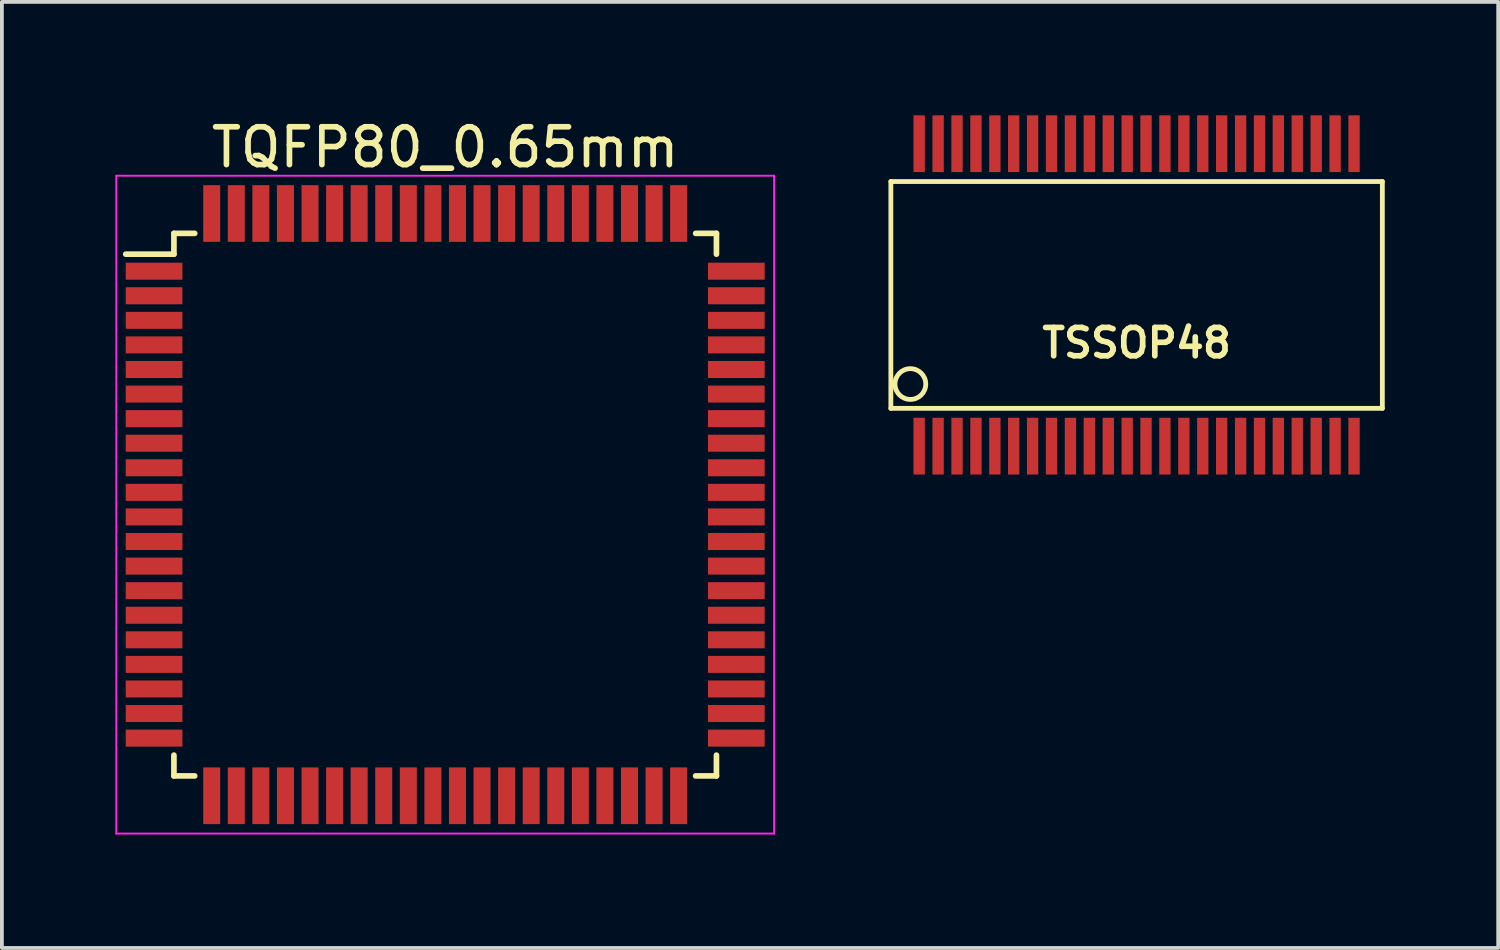
<source format=kicad_pcb>
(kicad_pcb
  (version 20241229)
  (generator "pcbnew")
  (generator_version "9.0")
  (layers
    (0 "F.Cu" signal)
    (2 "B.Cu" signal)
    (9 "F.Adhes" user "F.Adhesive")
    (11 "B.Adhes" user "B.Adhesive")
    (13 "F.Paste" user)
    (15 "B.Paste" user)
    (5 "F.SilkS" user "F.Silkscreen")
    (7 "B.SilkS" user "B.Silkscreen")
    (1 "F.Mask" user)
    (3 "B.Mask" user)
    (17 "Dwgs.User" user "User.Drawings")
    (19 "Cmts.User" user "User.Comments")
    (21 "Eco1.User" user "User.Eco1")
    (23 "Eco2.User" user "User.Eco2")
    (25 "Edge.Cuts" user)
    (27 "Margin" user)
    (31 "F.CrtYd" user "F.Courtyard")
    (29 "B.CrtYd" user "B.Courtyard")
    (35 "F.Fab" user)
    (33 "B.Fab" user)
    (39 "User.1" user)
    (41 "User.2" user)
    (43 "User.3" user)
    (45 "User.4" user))
  (footprint "TQFP80_0.65mm"
    (layer "F.Cu")
    (at 8.725 10.298)
    (property "Reference" "TQFP80_0.65mm" (at 0 -9.45 0) (layer "F.SilkS") (effects (font (size 1 1) (thickness 0.15))))
    (attr smd)
    (fp_line (start -7.175 -7.175) (end -7.175 -6.625) (stroke (width 0.15) (type solid)) (layer "F.SilkS"))
    (fp_line (start -7.175 -7.175) (end -6.625 -7.175) (stroke (width 0.15) (type solid)) (layer "F.SilkS"))
    (fp_line (start -7.175 -6.625) (end -8.45 -6.625) (stroke (width 0.15) (type solid)) (layer "F.SilkS"))
    (fp_line (start -7.175 7.175) (end -7.175 6.625) (stroke (width 0.15) (type solid)) (layer "F.SilkS"))
    (fp_line (start -7.175 7.175) (end -6.625 7.175) (stroke (width 0.15) (type solid)) (layer "F.SilkS"))
    (fp_line (start 7.175 -7.175) (end 6.625 -7.175) (stroke (width 0.15) (type solid)) (layer "F.SilkS"))
    (fp_line (start 7.175 -7.175) (end 7.175 -6.625) (stroke (width 0.15) (type solid)) (layer "F.SilkS"))
    (fp_line (start 7.175 7.175) (end 6.625 7.175) (stroke (width 0.15) (type solid)) (layer "F.SilkS"))
    (fp_line (start 7.175 7.175) (end 7.175 6.625) (stroke (width 0.15) (type solid)) (layer "F.SilkS"))
    (fp_line (start -8.7 -8.7) (end -8.7 8.7) (stroke (width 0.05) (type solid)) (layer "F.CrtYd"))
    (fp_line (start -8.7 -8.7) (end 8.7 -8.7) (stroke (width 0.05) (type solid)) (layer "F.CrtYd"))
    (fp_line (start -8.7 8.7) (end 8.7 8.7) (stroke (width 0.05) (type solid)) (layer "F.CrtYd"))
    (fp_line (start 8.7 -8.7) (end 8.7 8.7) (stroke (width 0.05) (type solid)) (layer "F.CrtYd"))
    (pad "1" smd rect (at -7.7 -6.175) (size 1.5 0.45) (layers "F.Cu" "F.Mask" "F.Paste"))
    (pad "2" smd rect (at -7.7 -5.525) (size 1.5 0.45) (layers "F.Cu" "F.Mask" "F.Paste"))
    (pad "3" smd rect (at -7.7 -4.875) (size 1.5 0.45) (layers "F.Cu" "F.Mask" "F.Paste"))
    (pad "4" smd rect (at -7.7 -4.225) (size 1.5 0.45) (layers "F.Cu" "F.Mask" "F.Paste"))
    (pad "5" smd rect (at -7.7 -3.575) (size 1.5 0.45) (layers "F.Cu" "F.Mask" "F.Paste"))
    (pad "6" smd rect (at -7.7 -2.925) (size 1.5 0.45) (layers "F.Cu" "F.Mask" "F.Paste"))
    (pad "7" smd rect (at -7.7 -2.275) (size 1.5 0.45) (layers "F.Cu" "F.Mask" "F.Paste"))
    (pad "8" smd rect (at -7.7 -1.625) (size 1.5 0.45) (layers "F.Cu" "F.Mask" "F.Paste"))
    (pad "9" smd rect (at -7.7 -0.975) (size 1.5 0.45) (layers "F.Cu" "F.Mask" "F.Paste"))
    (pad "10" smd rect (at -7.7 -0.325) (size 1.5 0.45) (layers "F.Cu" "F.Mask" "F.Paste"))
    (pad "11" smd rect (at -7.7 0.325) (size 1.5 0.45) (layers "F.Cu" "F.Mask" "F.Paste"))
    (pad "12" smd rect (at -7.7 0.975) (size 1.5 0.45) (layers "F.Cu" "F.Mask" "F.Paste"))
    (pad "13" smd rect (at -7.7 1.625) (size 1.5 0.45) (layers "F.Cu" "F.Mask" "F.Paste"))
    (pad "14" smd rect (at -7.7 2.275) (size 1.5 0.45) (layers "F.Cu" "F.Mask" "F.Paste"))
    (pad "15" smd rect (at -7.7 2.925) (size 1.5 0.45) (layers "F.Cu" "F.Mask" "F.Paste"))
    (pad "16" smd rect (at -7.7 3.575) (size 1.5 0.45) (layers "F.Cu" "F.Mask" "F.Paste"))
    (pad "17" smd rect (at -7.7 4.225) (size 1.5 0.45) (layers "F.Cu" "F.Mask" "F.Paste"))
    (pad "18" smd rect (at -7.7 4.875) (size 1.5 0.45) (layers "F.Cu" "F.Mask" "F.Paste"))
    (pad "19" smd rect (at -7.7 5.525) (size 1.5 0.45) (layers "F.Cu" "F.Mask" "F.Paste"))
    (pad "20" smd rect (at -7.7 6.175) (size 1.5 0.45) (layers "F.Cu" "F.Mask" "F.Paste"))
    (pad "21" smd rect (at -6.175 7.7 90) (size 1.5 0.45) (layers "F.Cu" "F.Mask" "F.Paste"))
    (pad "22" smd rect (at -5.525 7.7 90) (size 1.5 0.45) (layers "F.Cu" "F.Mask" "F.Paste"))
    (pad "23" smd rect (at -4.875 7.7 90) (size 1.5 0.45) (layers "F.Cu" "F.Mask" "F.Paste"))
    (pad "24" smd rect (at -4.225 7.7 90) (size 1.5 0.45) (layers "F.Cu" "F.Mask" "F.Paste"))
    (pad "25" smd rect (at -3.575 7.7 90) (size 1.5 0.45) (layers "F.Cu" "F.Mask" "F.Paste"))
    (pad "26" smd rect (at -2.925 7.7 90) (size 1.5 0.45) (layers "F.Cu" "F.Mask" "F.Paste"))
    (pad "27" smd rect (at -2.275 7.7 90) (size 1.5 0.45) (layers "F.Cu" "F.Mask" "F.Paste"))
    (pad "28" smd rect (at -1.625 7.7 90) (size 1.5 0.45) (layers "F.Cu" "F.Mask" "F.Paste"))
    (pad "29" smd rect (at -0.975 7.7 90) (size 1.5 0.45) (layers "F.Cu" "F.Mask" "F.Paste"))
    (pad "30" smd rect (at -0.325 7.7 90) (size 1.5 0.45) (layers "F.Cu" "F.Mask" "F.Paste"))
    (pad "31" smd rect (at 0.325 7.7 90) (size 1.5 0.45) (layers "F.Cu" "F.Mask" "F.Paste"))
    (pad "32" smd rect (at 0.975 7.7 90) (size 1.5 0.45) (layers "F.Cu" "F.Mask" "F.Paste"))
    (pad "33" smd rect (at 1.625 7.7 90) (size 1.5 0.45) (layers "F.Cu" "F.Mask" "F.Paste"))
    (pad "34" smd rect (at 2.275 7.7 90) (size 1.5 0.45) (layers "F.Cu" "F.Mask" "F.Paste"))
    (pad "35" smd rect (at 2.925 7.7 90) (size 1.5 0.45) (layers "F.Cu" "F.Mask" "F.Paste"))
    (pad "36" smd rect (at 3.575 7.7 90) (size 1.5 0.45) (layers "F.Cu" "F.Mask" "F.Paste"))
    (pad "37" smd rect (at 4.225 7.7 90) (size 1.5 0.45) (layers "F.Cu" "F.Mask" "F.Paste"))
    (pad "38" smd rect (at 4.875 7.7 90) (size 1.5 0.45) (layers "F.Cu" "F.Mask" "F.Paste"))
    (pad "39" smd rect (at 5.525 7.7 90) (size 1.5 0.45) (layers "F.Cu" "F.Mask" "F.Paste"))
    (pad "40" smd rect (at 6.175 7.7 90) (size 1.5 0.45) (layers "F.Cu" "F.Mask" "F.Paste"))
    (pad "41" smd rect (at 7.7 6.175) (size 1.5 0.45) (layers "F.Cu" "F.Mask" "F.Paste"))
    (pad "42" smd rect (at 7.7 5.525) (size 1.5 0.45) (layers "F.Cu" "F.Mask" "F.Paste"))
    (pad "43" smd rect (at 7.7 4.875) (size 1.5 0.45) (layers "F.Cu" "F.Mask" "F.Paste"))
    (pad "44" smd rect (at 7.7 4.225) (size 1.5 0.45) (layers "F.Cu" "F.Mask" "F.Paste"))
    (pad "45" smd rect (at 7.7 3.575) (size 1.5 0.45) (layers "F.Cu" "F.Mask" "F.Paste"))
    (pad "46" smd rect (at 7.7 2.925) (size 1.5 0.45) (layers "F.Cu" "F.Mask" "F.Paste"))
    (pad "47" smd rect (at 7.7 2.275) (size 1.5 0.45) (layers "F.Cu" "F.Mask" "F.Paste"))
    (pad "48" smd rect (at 7.7 1.625) (size 1.5 0.45) (layers "F.Cu" "F.Mask" "F.Paste"))
    (pad "49" smd rect (at 7.7 0.975) (size 1.5 0.45) (layers "F.Cu" "F.Mask" "F.Paste"))
    (pad "50" smd rect (at 7.7 0.325) (size 1.5 0.45) (layers "F.Cu" "F.Mask" "F.Paste"))
    (pad "51" smd rect (at 7.7 -0.325) (size 1.5 0.45) (layers "F.Cu" "F.Mask" "F.Paste"))
    (pad "52" smd rect (at 7.7 -0.975) (size 1.5 0.45) (layers "F.Cu" "F.Mask" "F.Paste"))
    (pad "53" smd rect (at 7.7 -1.625) (size 1.5 0.45) (layers "F.Cu" "F.Mask" "F.Paste"))
    (pad "54" smd rect (at 7.7 -2.275) (size 1.5 0.45) (layers "F.Cu" "F.Mask" "F.Paste"))
    (pad "55" smd rect (at 7.7 -2.925) (size 1.5 0.45) (layers "F.Cu" "F.Mask" "F.Paste"))
    (pad "56" smd rect (at 7.7 -3.575) (size 1.5 0.45) (layers "F.Cu" "F.Mask" "F.Paste"))
    (pad "57" smd rect (at 7.7 -4.225) (size 1.5 0.45) (layers "F.Cu" "F.Mask" "F.Paste"))
    (pad "58" smd rect (at 7.7 -4.875) (size 1.5 0.45) (layers "F.Cu" "F.Mask" "F.Paste"))
    (pad "59" smd rect (at 7.7 -5.525) (size 1.5 0.45) (layers "F.Cu" "F.Mask" "F.Paste"))
    (pad "60" smd rect (at 7.7 -6.175) (size 1.5 0.45) (layers "F.Cu" "F.Mask" "F.Paste"))
    (pad "61" smd rect (at 6.175 -7.7 90) (size 1.5 0.45) (layers "F.Cu" "F.Mask" "F.Paste"))
    (pad "62" smd rect (at 5.525 -7.7 90) (size 1.5 0.45) (layers "F.Cu" "F.Mask" "F.Paste"))
    (pad "63" smd rect (at 4.875 -7.7 90) (size 1.5 0.45) (layers "F.Cu" "F.Mask" "F.Paste"))
    (pad "64" smd rect (at 4.225 -7.7 90) (size 1.5 0.45) (layers "F.Cu" "F.Mask" "F.Paste"))
    (pad "65" smd rect (at 3.575 -7.7 90) (size 1.5 0.45) (layers "F.Cu" "F.Mask" "F.Paste"))
    (pad "66" smd rect (at 2.925 -7.7 90) (size 1.5 0.45) (layers "F.Cu" "F.Mask" "F.Paste"))
    (pad "67" smd rect (at 2.275 -7.7 90) (size 1.5 0.45) (layers "F.Cu" "F.Mask" "F.Paste"))
    (pad "68" smd rect (at 1.625 -7.7 90) (size 1.5 0.45) (layers "F.Cu" "F.Mask" "F.Paste"))
    (pad "69" smd rect (at 0.975 -7.7 90) (size 1.5 0.45) (layers "F.Cu" "F.Mask" "F.Paste"))
    (pad "70" smd rect (at 0.325 -7.7 90) (size 1.5 0.45) (layers "F.Cu" "F.Mask" "F.Paste"))
    (pad "71" smd rect (at -0.325 -7.7 90) (size 1.5 0.45) (layers "F.Cu" "F.Mask" "F.Paste"))
    (pad "72" smd rect (at -0.975 -7.7 90) (size 1.5 0.45) (layers "F.Cu" "F.Mask" "F.Paste"))
    (pad "73" smd rect (at -1.625 -7.7 90) (size 1.5 0.45) (layers "F.Cu" "F.Mask" "F.Paste"))
    (pad "74" smd rect (at -2.275 -7.7 90) (size 1.5 0.45) (layers "F.Cu" "F.Mask" "F.Paste"))
    (pad "75" smd rect (at -2.925 -7.7 90) (size 1.5 0.45) (layers "F.Cu" "F.Mask" "F.Paste"))
    (pad "76" smd rect (at -3.575 -7.7 90) (size 1.5 0.45) (layers "F.Cu" "F.Mask" "F.Paste"))
    (pad "77" smd rect (at -4.225 -7.7 90) (size 1.5 0.45) (layers "F.Cu" "F.Mask" "F.Paste"))
    (pad "78" smd rect (at -4.875 -7.7 90) (size 1.5 0.45) (layers "F.Cu" "F.Mask" "F.Paste"))
    (pad "79" smd rect (at -5.525 -7.7 90) (size 1.5 0.45) (layers "F.Cu" "F.Mask" "F.Paste"))
    (pad "80" smd rect (at -6.175 -7.7 90) (size 1.5 0.45) (layers "F.Cu" "F.Mask" "F.Paste")))
  (footprint "TSSOP48"
    (layer "F.Cu")
    (at 27.013 4.751)
    (property "Reference" "TSSOP48" (at 0 1.27 0) (layer "F.SilkS") (effects (font (size 0.749 0.749) (thickness 0.15))))
    (attr through_hole)
    (fp_line (start -6.5 -3) (end 6.5 -3) (stroke (width 0.127) (type solid)) (layer "F.SilkS"))
    (fp_line (start -6.5 3) (end -6.5 -3) (stroke (width 0.127) (type solid)) (layer "F.SilkS"))
    (fp_line (start 6.5 -3) (end 6.5 3) (stroke (width 0.127) (type solid)) (layer "F.SilkS"))
    (fp_line (start 6.5 3) (end -6.5 3) (stroke (width 0.127) (type solid)) (layer "F.SilkS"))
    (fp_circle (center -5.984 2.357) (end -6.238 2.675) (stroke (width 0.127) (type solid)) (fill no) (layer "F.SilkS"))
    (pad "1" smd rect (at -5.751 4) (size 0.3 1.501) (layers "F.Cu" "F.Mask" "F.Paste"))
    (pad "2" smd rect (at -5.25 4) (size 0.3 1.501) (layers "F.Cu" "F.Mask" "F.Paste"))
    (pad "3" smd rect (at -4.75 4) (size 0.3 1.501) (layers "F.Cu" "F.Mask" "F.Paste"))
    (pad "4" smd rect (at -4.249 4) (size 0.3 1.501) (layers "F.Cu" "F.Mask" "F.Paste"))
    (pad "5" smd rect (at -3.749 4) (size 0.3 1.501) (layers "F.Cu" "F.Mask" "F.Paste"))
    (pad "6" smd rect (at -3.251 4) (size 0.3 1.501) (layers "F.Cu" "F.Mask" "F.Paste"))
    (pad "7" smd rect (at -2.751 4) (size 0.3 1.501) (layers "F.Cu" "F.Mask" "F.Paste"))
    (pad "8" smd rect (at -2.25 4) (size 0.3 1.501) (layers "F.Cu" "F.Mask" "F.Paste"))
    (pad "9" smd rect (at -1.75 4) (size 0.3 1.501) (layers "F.Cu" "F.Mask" "F.Paste"))
    (pad "10" smd rect (at -1.25 4) (size 0.3 1.501) (layers "F.Cu" "F.Mask" "F.Paste"))
    (pad "11" smd rect (at -0.749 4) (size 0.3 1.501) (layers "F.Cu" "F.Mask" "F.Paste"))
    (pad "12" smd rect (at -0.249 4) (size 0.3 1.501) (layers "F.Cu" "F.Mask" "F.Paste"))
    (pad "13" smd rect (at 0.249 4) (size 0.3 1.501) (layers "F.Cu" "F.Mask" "F.Paste"))
    (pad "14" smd rect (at 0.749 4) (size 0.3 1.501) (layers "F.Cu" "F.Mask" "F.Paste"))
    (pad "15" smd rect (at 1.25 4) (size 0.3 1.501) (layers "F.Cu" "F.Mask" "F.Paste"))
    (pad "16" smd rect (at 1.75 4) (size 0.3 1.501) (layers "F.Cu" "F.Mask" "F.Paste"))
    (pad "17" smd rect (at 2.25 4) (size 0.3 1.501) (layers "F.Cu" "F.Mask" "F.Paste"))
    (pad "18" smd rect (at 2.751 4) (size 0.3 1.501) (layers "F.Cu" "F.Mask" "F.Paste"))
    (pad "19" smd rect (at 3.251 4) (size 0.3 1.501) (layers "F.Cu" "F.Mask" "F.Paste"))
    (pad "20" smd rect (at 3.749 4) (size 0.3 1.501) (layers "F.Cu" "F.Mask" "F.Paste"))
    (pad "21" smd rect (at 4.249 4) (size 0.3 1.501) (layers "F.Cu" "F.Mask" "F.Paste"))
    (pad "22" smd rect (at 4.75 4) (size 0.3 1.501) (layers "F.Cu" "F.Mask" "F.Paste"))
    (pad "23" smd rect (at 5.25 4) (size 0.3 1.501) (layers "F.Cu" "F.Mask" "F.Paste"))
    (pad "24" smd rect (at 5.751 4) (size 0.3 1.501) (layers "F.Cu" "F.Mask" "F.Paste"))
    (pad "25" smd rect (at 5.751 -4) (size 0.3 1.501) (layers "F.Cu" "F.Mask" "F.Paste"))
    (pad "26" smd rect (at 5.25 -4) (size 0.3 1.501) (layers "F.Cu" "F.Mask" "F.Paste"))
    (pad "27" smd rect (at 4.75 -4) (size 0.3 1.501) (layers "F.Cu" "F.Mask" "F.Paste"))
    (pad "28" smd rect (at 4.249 -4) (size 0.3 1.501) (layers "F.Cu" "F.Mask" "F.Paste"))
    (pad "29" smd rect (at 3.749 -4) (size 0.3 1.501) (layers "F.Cu" "F.Mask" "F.Paste"))
    (pad "30" smd rect (at 3.251 -4) (size 0.3 1.501) (layers "F.Cu" "F.Mask" "F.Paste"))
    (pad "31" smd rect (at 2.751 -4) (size 0.3 1.501) (layers "F.Cu" "F.Mask" "F.Paste"))
    (pad "32" smd rect (at 2.25 -4) (size 0.3 1.501) (layers "F.Cu" "F.Mask" "F.Paste"))
    (pad "33" smd rect (at 1.75 -4) (size 0.3 1.501) (layers "F.Cu" "F.Mask" "F.Paste"))
    (pad "34" smd rect (at 1.25 -4) (size 0.3 1.501) (layers "F.Cu" "F.Mask" "F.Paste"))
    (pad "35" smd rect (at 0.749 -4) (size 0.3 1.501) (layers "F.Cu" "F.Mask" "F.Paste"))
    (pad "36" smd rect (at 0.249 -4) (size 0.3 1.501) (layers "F.Cu" "F.Mask" "F.Paste"))
    (pad "37" smd rect (at -0.249 -4) (size 0.3 1.501) (layers "F.Cu" "F.Mask" "F.Paste"))
    (pad "38" smd rect (at -0.749 -4) (size 0.3 1.501) (layers "F.Cu" "F.Mask" "F.Paste"))
    (pad "39" smd rect (at -1.25 -4) (size 0.3 1.501) (layers "F.Cu" "F.Mask" "F.Paste"))
    (pad "40" smd rect (at -1.75 -4) (size 0.3 1.501) (layers "F.Cu" "F.Mask" "F.Paste"))
    (pad "41" smd rect (at -2.25 -4) (size 0.3 1.501) (layers "F.Cu" "F.Mask" "F.Paste"))
    (pad "42" smd rect (at -2.751 -4) (size 0.3 1.501) (layers "F.Cu" "F.Mask" "F.Paste"))
    (pad "43" smd rect (at -3.251 -4) (size 0.3 1.501) (layers "F.Cu" "F.Mask" "F.Paste"))
    (pad "44" smd rect (at -3.749 -4) (size 0.3 1.501) (layers "F.Cu" "F.Mask" "F.Paste"))
    (pad "45" smd rect (at -4.249 -4) (size 0.3 1.501) (layers "F.Cu" "F.Mask" "F.Paste"))
    (pad "46" smd rect (at -4.75 -4) (size 0.3 1.501) (layers "F.Cu" "F.Mask" "F.Paste"))
    (pad "47" smd rect (at -5.25 -4) (size 0.3 1.501) (layers "F.Cu" "F.Mask" "F.Paste"))
    (pad "48" smd rect (at -5.751 -4) (size 0.3 1.501) (layers "F.Cu" "F.Mask" "F.Paste")))
  (gr_rect
    (start -3 -3)
    (end 36.577 22.023)
    (stroke (width 0.1) (type default))
    (fill no)
    (layer "Edge.Cuts")))
</source>
